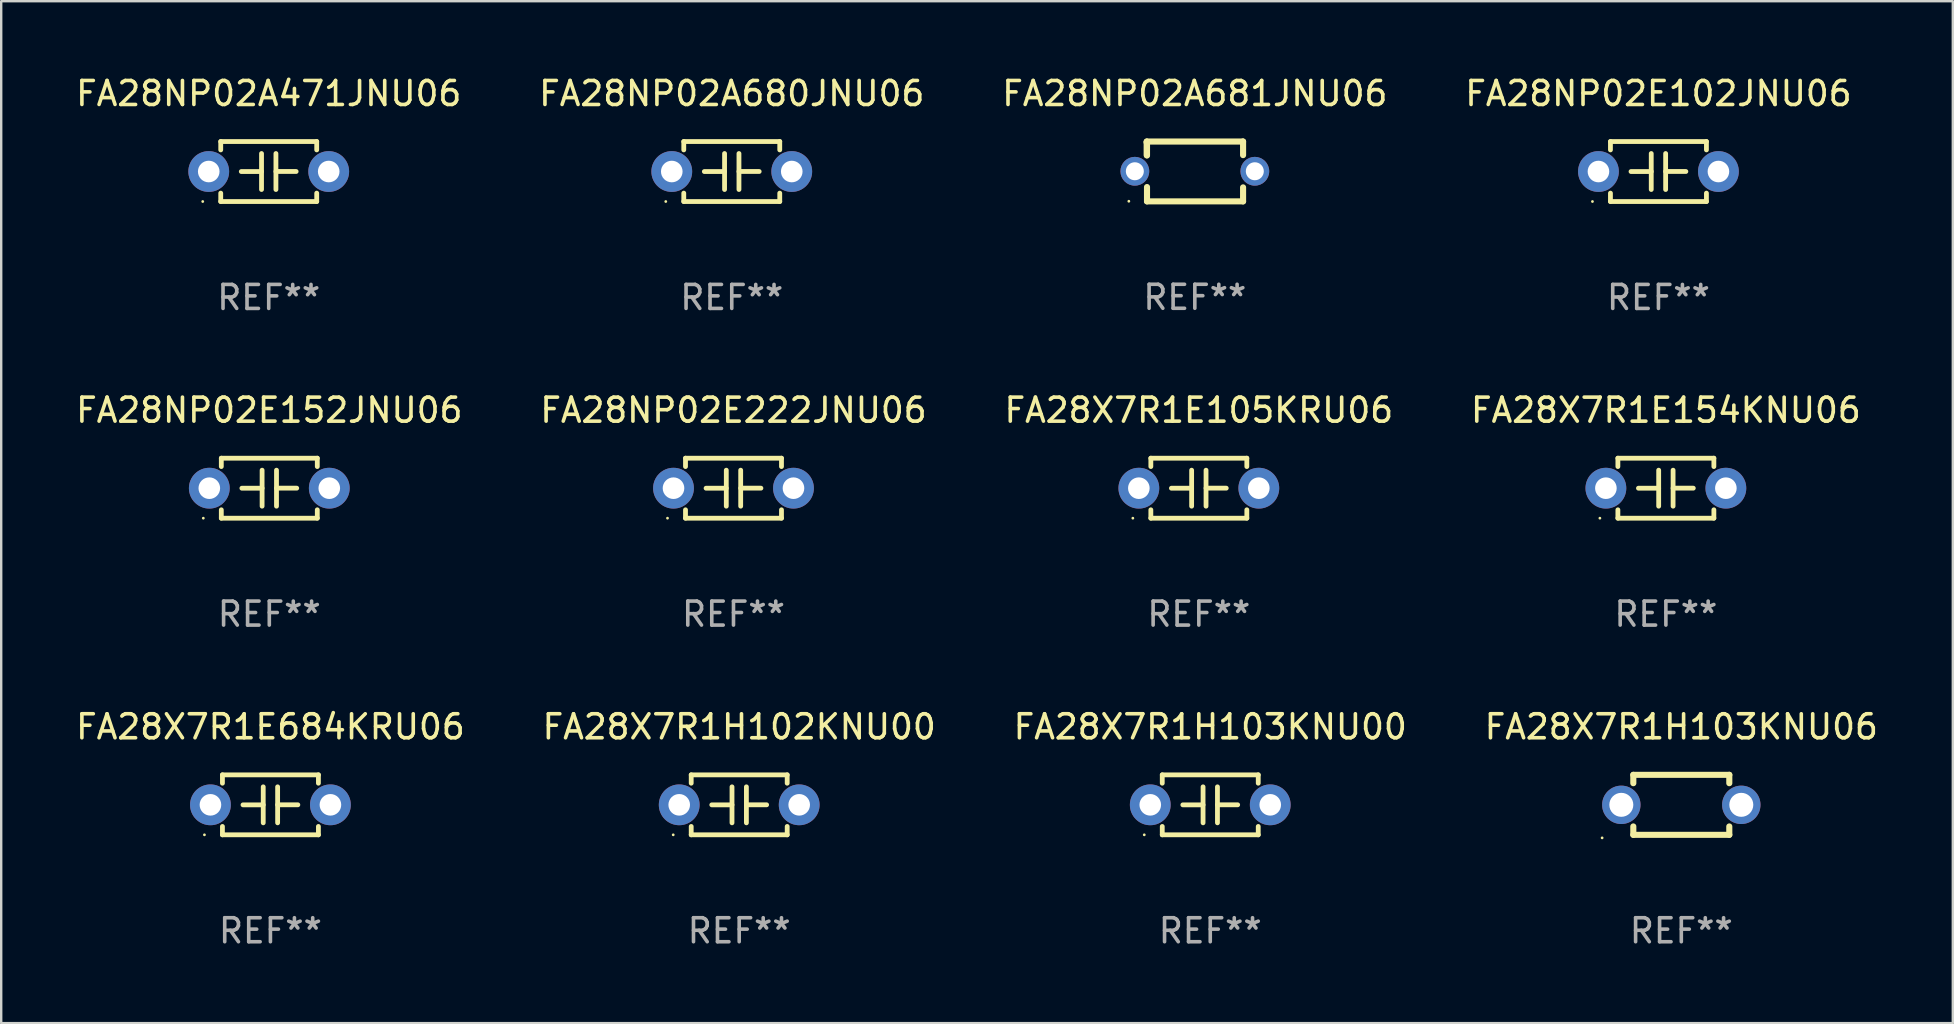
<source format=kicad_pcb>
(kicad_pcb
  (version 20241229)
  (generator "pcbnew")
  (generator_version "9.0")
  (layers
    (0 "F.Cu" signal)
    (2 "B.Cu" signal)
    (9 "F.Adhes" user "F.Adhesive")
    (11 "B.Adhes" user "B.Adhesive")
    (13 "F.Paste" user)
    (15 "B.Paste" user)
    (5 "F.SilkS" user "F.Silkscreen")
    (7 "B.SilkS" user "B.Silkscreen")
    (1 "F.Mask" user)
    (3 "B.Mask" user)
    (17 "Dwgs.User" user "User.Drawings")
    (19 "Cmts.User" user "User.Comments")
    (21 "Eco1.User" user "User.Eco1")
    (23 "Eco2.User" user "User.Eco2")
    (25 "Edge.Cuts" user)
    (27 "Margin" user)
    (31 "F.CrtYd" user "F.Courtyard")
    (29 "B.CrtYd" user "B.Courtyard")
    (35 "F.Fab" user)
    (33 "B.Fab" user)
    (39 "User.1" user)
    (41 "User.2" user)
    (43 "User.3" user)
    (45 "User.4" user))
  (footprint "FA28NP02E152JNU06"
    (layer "F.Cu")
    (at 8.173 17.295)
    (property "Reference" "FA28NP02E152JNU06" (at 0 -3.25 0) (layer "F.SilkS") (effects (font (size 1 1) (thickness 0.15))))
    (attr through_hole)
    (fp_line (start -2 -1.25) (end -2 -0.901) (stroke (width 0.2) (type solid)) (layer "F.SilkS"))
    (fp_line (start -2 -1.25) (end 2 -1.25) (stroke (width 0.2) (type solid)) (layer "F.SilkS"))
    (fp_line (start -2 0.901) (end -2 1.25) (stroke (width 0.2) (type solid)) (layer "F.SilkS"))
    (fp_line (start -0.3 -0.75) (end -0.3 0.75) (stroke (width 0.2) (type solid)) (layer "F.SilkS"))
    (fp_line (start -0.3 0.001) (end -1.143 0.001) (stroke (width 0.2) (type solid)) (layer "F.SilkS"))
    (fp_line (start 0.3 -0.001) (end 1.143 -0.001) (stroke (width 0.2) (type solid)) (layer "F.SilkS"))
    (fp_line (start 0.3 0.75) (end 0.3 -0.75) (stroke (width 0.2) (type solid)) (layer "F.SilkS"))
    (fp_line (start 2 -1.25) (end 2 -0.901) (stroke (width 0.2) (type solid)) (layer "F.SilkS"))
    (fp_line (start 2 0.901) (end 2 1.25) (stroke (width 0.2) (type solid)) (layer "F.SilkS"))
    (fp_line (start 2 1.25) (end -2 1.25) (stroke (width 0.2) (type solid)) (layer "F.SilkS"))
    (fp_circle (center -2.75 1.25) (end -2.72 1.25) (stroke (width 0.06) (type solid)) (fill no) (layer "F.SilkS"))
    (fp_text user "REF**" (at 0 5.25 0) (layer "F.Fab") (effects (font (size 1 1) (thickness 0.15))))
    (pad "1" thru_hole circle (at -2.5 0) (size 1.7 1.7) (drill 0.9) (layers "*.Cu" "*.Mask"))
    (pad "2" thru_hole circle (at 2.5 0) (size 1.7 1.7) (drill 0.9) (layers "*.Cu" "*.Mask")))
  (footprint "FA28X7R1E105KRU06"
    (layer "F.Cu")
    (at 46.911 17.295)
    (property "Reference" "FA28X7R1E105KRU06" (at 0 -3.25 0) (layer "F.SilkS") (effects (font (size 1 1) (thickness 0.15))))
    (attr through_hole)
    (fp_line (start -2 -1.25) (end -2 -0.901) (stroke (width 0.2) (type solid)) (layer "F.SilkS"))
    (fp_line (start -2 -1.25) (end 2 -1.25) (stroke (width 0.2) (type solid)) (layer "F.SilkS"))
    (fp_line (start -2 0.901) (end -2 1.25) (stroke (width 0.2) (type solid)) (layer "F.SilkS"))
    (fp_line (start -0.3 -0.75) (end -0.3 0.75) (stroke (width 0.2) (type solid)) (layer "F.SilkS"))
    (fp_line (start -0.3 0.001) (end -1.143 0.001) (stroke (width 0.2) (type solid)) (layer "F.SilkS"))
    (fp_line (start 0.3 -0.001) (end 1.143 -0.001) (stroke (width 0.2) (type solid)) (layer "F.SilkS"))
    (fp_line (start 0.3 0.75) (end 0.3 -0.75) (stroke (width 0.2) (type solid)) (layer "F.SilkS"))
    (fp_line (start 2 -1.25) (end 2 -0.901) (stroke (width 0.2) (type solid)) (layer "F.SilkS"))
    (fp_line (start 2 0.901) (end 2 1.25) (stroke (width 0.2) (type solid)) (layer "F.SilkS"))
    (fp_line (start 2 1.25) (end -2 1.25) (stroke (width 0.2) (type solid)) (layer "F.SilkS"))
    (fp_circle (center -2.75 1.25) (end -2.72 1.25) (stroke (width 0.06) (type solid)) (fill no) (layer "F.SilkS"))
    (fp_text user "REF**" (at 0 5.25 0) (layer "F.Fab") (effects (font (size 1 1) (thickness 0.15))))
    (pad "1" thru_hole circle (at -2.5 0) (size 1.7 1.7) (drill 0.9) (layers "*.Cu" "*.Mask"))
    (pad "2" thru_hole circle (at 2.5 0) (size 1.7 1.7) (drill 0.9) (layers "*.Cu" "*.Mask")))
  (footprint "FA28X7R1H103KNU00"
    (layer "F.Cu")
    (at 47.387 30.491)
    (property "Reference" "FA28X7R1H103KNU00" (at 0 -3.25 0) (layer "F.SilkS") (effects (font (size 1 1) (thickness 0.15))))
    (attr through_hole)
    (fp_line (start -2 -1.25) (end -2 -0.901) (stroke (width 0.2) (type solid)) (layer "F.SilkS"))
    (fp_line (start -2 -1.25) (end 2 -1.25) (stroke (width 0.2) (type solid)) (layer "F.SilkS"))
    (fp_line (start -2 0.901) (end -2 1.25) (stroke (width 0.2) (type solid)) (layer "F.SilkS"))
    (fp_line (start -0.3 -0.75) (end -0.3 0.75) (stroke (width 0.2) (type solid)) (layer "F.SilkS"))
    (fp_line (start -0.3 0.001) (end -1.143 0.001) (stroke (width 0.2) (type solid)) (layer "F.SilkS"))
    (fp_line (start 0.3 -0.001) (end 1.143 -0.001) (stroke (width 0.2) (type solid)) (layer "F.SilkS"))
    (fp_line (start 0.3 0.75) (end 0.3 -0.75) (stroke (width 0.2) (type solid)) (layer "F.SilkS"))
    (fp_line (start 2 -1.25) (end 2 -0.901) (stroke (width 0.2) (type solid)) (layer "F.SilkS"))
    (fp_line (start 2 0.901) (end 2 1.25) (stroke (width 0.2) (type solid)) (layer "F.SilkS"))
    (fp_line (start 2 1.25) (end -2 1.25) (stroke (width 0.2) (type solid)) (layer "F.SilkS"))
    (fp_circle (center -2.75 1.25) (end -2.72 1.25) (stroke (width 0.06) (type solid)) (fill no) (layer "F.SilkS"))
    (fp_text user "REF**" (at 0 5.25 0) (layer "F.Fab") (effects (font (size 1 1) (thickness 0.15))))
    (pad "1" thru_hole circle (at -2.5 0) (size 1.7 1.7) (drill 0.9) (layers "*.Cu" "*.Mask"))
    (pad "2" thru_hole circle (at 2.5 0) (size 1.7 1.7) (drill 0.9) (layers "*.Cu" "*.Mask")))
  (footprint "FA28NP02A681JNU06"
    (layer "F.Cu")
    (at 46.744 4.095)
    (property "Reference" "FA28NP02A681JNU06" (at 0 -3.247 0) (layer "F.SilkS") (effects (font (size 1 1) (thickness 0.15))))
    (attr through_hole)
    (fp_line (start -2.006 -1.24) (end -1.999 -1.247) (stroke (width 0.254) (type solid)) (layer "F.SilkS"))
    (fp_line (start -2.006 -0.676) (end -2.006 -1.24) (stroke (width 0.254) (type solid)) (layer "F.SilkS"))
    (fp_line (start -1.999 -1.247) (end 2.005 -1.247) (stroke (width 0.254) (type solid)) (layer "F.SilkS"))
    (fp_line (start -1.993 -1.186) (end -2.006 -1.2) (stroke (width 0.254) (type solid)) (layer "F.SilkS"))
    (fp_line (start -1.993 -0.665) (end -1.993 -1.186) (stroke (width 0.254) (type solid)) (layer "F.SilkS"))
    (fp_line (start -1.993 1.247) (end -1.993 0.65) (stroke (width 0.254) (type solid)) (layer "F.SilkS"))
    (fp_line (start 2.005 -1.247) (end 2.011 -1.24) (stroke (width 0.254) (type solid)) (layer "F.SilkS"))
    (fp_line (start 2.011 -1.24) (end 2.011 -0.68) (stroke (width 0.254) (type solid)) (layer "F.SilkS"))
    (fp_line (start 2.011 0.664) (end 2.011 1.247) (stroke (width 0.254) (type solid)) (layer "F.SilkS"))
    (fp_line (start 2.011 1.247) (end -1.993 1.247) (stroke (width 0.254) (type solid)) (layer "F.SilkS"))
    (fp_circle (center -2.75 1.242) (end -2.72 1.242) (stroke (width 0.06) (type solid)) (fill no) (layer "F.SilkS"))
    (fp_text user "REF**" (at 0 5.247 0) (layer "F.Fab") (effects (font (size 1 1) (thickness 0.15))))
    (pad "1" thru_hole circle (at -2.5 -0.008) (size 1.2 1.2) (drill 0.75) (layers "*.Cu" "*.Mask"))
    (pad "2" thru_hole circle (at 2.5 -0.008) (size 1.2 1.2) (drill 0.75) (layers "*.Cu" "*.Mask")))
  (footprint "FA28NP02E222JNU06"
    (layer "F.Cu")
    (at 27.518 17.295)
    (property "Reference" "FA28NP02E222JNU06" (at 0 -3.25 0) (layer "F.SilkS") (effects (font (size 1 1) (thickness 0.15))))
    (attr through_hole)
    (fp_line (start -2 -1.25) (end -2 -0.901) (stroke (width 0.2) (type solid)) (layer "F.SilkS"))
    (fp_line (start -2 -1.25) (end 2 -1.25) (stroke (width 0.2) (type solid)) (layer "F.SilkS"))
    (fp_line (start -2 0.901) (end -2 1.25) (stroke (width 0.2) (type solid)) (layer "F.SilkS"))
    (fp_line (start -0.3 -0.75) (end -0.3 0.75) (stroke (width 0.2) (type solid)) (layer "F.SilkS"))
    (fp_line (start -0.3 0.001) (end -1.143 0.001) (stroke (width 0.2) (type solid)) (layer "F.SilkS"))
    (fp_line (start 0.3 -0.001) (end 1.143 -0.001) (stroke (width 0.2) (type solid)) (layer "F.SilkS"))
    (fp_line (start 0.3 0.75) (end 0.3 -0.75) (stroke (width 0.2) (type solid)) (layer "F.SilkS"))
    (fp_line (start 2 -1.25) (end 2 -0.901) (stroke (width 0.2) (type solid)) (layer "F.SilkS"))
    (fp_line (start 2 0.901) (end 2 1.25) (stroke (width 0.2) (type solid)) (layer "F.SilkS"))
    (fp_line (start 2 1.25) (end -2 1.25) (stroke (width 0.2) (type solid)) (layer "F.SilkS"))
    (fp_circle (center -2.75 1.25) (end -2.72 1.25) (stroke (width 0.06) (type solid)) (fill no) (layer "F.SilkS"))
    (fp_text user "REF**" (at 0 5.25 0) (layer "F.Fab") (effects (font (size 1 1) (thickness 0.15))))
    (pad "1" thru_hole circle (at -2.5 0) (size 1.7 1.7) (drill 0.9) (layers "*.Cu" "*.Mask"))
    (pad "2" thru_hole circle (at 2.5 0) (size 1.7 1.7) (drill 0.9) (layers "*.Cu" "*.Mask")))
  (footprint "FA28X7R1E154KNU06"
    (layer "F.Cu")
    (at 66.375 17.295)
    (property "Reference" "FA28X7R1E154KNU06" (at 0 -3.25 0) (layer "F.SilkS") (effects (font (size 1 1) (thickness 0.15))))
    (attr through_hole)
    (fp_line (start -2 -1.25) (end -2 -0.901) (stroke (width 0.2) (type solid)) (layer "F.SilkS"))
    (fp_line (start -2 -1.25) (end 2 -1.25) (stroke (width 0.2) (type solid)) (layer "F.SilkS"))
    (fp_line (start -2 0.901) (end -2 1.25) (stroke (width 0.2) (type solid)) (layer "F.SilkS"))
    (fp_line (start -0.3 -0.75) (end -0.3 0.75) (stroke (width 0.2) (type solid)) (layer "F.SilkS"))
    (fp_line (start -0.3 0.001) (end -1.143 0.001) (stroke (width 0.2) (type solid)) (layer "F.SilkS"))
    (fp_line (start 0.3 -0.001) (end 1.143 -0.001) (stroke (width 0.2) (type solid)) (layer "F.SilkS"))
    (fp_line (start 0.3 0.75) (end 0.3 -0.75) (stroke (width 0.2) (type solid)) (layer "F.SilkS"))
    (fp_line (start 2 -1.25) (end 2 -0.901) (stroke (width 0.2) (type solid)) (layer "F.SilkS"))
    (fp_line (start 2 0.901) (end 2 1.25) (stroke (width 0.2) (type solid)) (layer "F.SilkS"))
    (fp_line (start 2 1.25) (end -2 1.25) (stroke (width 0.2) (type solid)) (layer "F.SilkS"))
    (fp_circle (center -2.75 1.25) (end -2.72 1.25) (stroke (width 0.06) (type solid)) (fill no) (layer "F.SilkS"))
    (fp_text user "REF**" (at 0 5.25 0) (layer "F.Fab") (effects (font (size 1 1) (thickness 0.15))))
    (pad "1" thru_hole circle (at -2.5 0) (size 1.7 1.7) (drill 0.9) (layers "*.Cu" "*.Mask"))
    (pad "2" thru_hole circle (at 2.5 0) (size 1.7 1.7) (drill 0.9) (layers "*.Cu" "*.Mask")))
  (footprint "FA28X7R1E684KRU06"
    (layer "F.Cu")
    (at 8.22 30.491)
    (property "Reference" "FA28X7R1E684KRU06" (at 0 -3.25 0) (layer "F.SilkS") (effects (font (size 1 1) (thickness 0.15))))
    (attr through_hole)
    (fp_line (start -2 -1.25) (end -2 -0.901) (stroke (width 0.2) (type solid)) (layer "F.SilkS"))
    (fp_line (start -2 -1.25) (end 2 -1.25) (stroke (width 0.2) (type solid)) (layer "F.SilkS"))
    (fp_line (start -2 0.901) (end -2 1.25) (stroke (width 0.2) (type solid)) (layer "F.SilkS"))
    (fp_line (start -0.3 -0.75) (end -0.3 0.75) (stroke (width 0.2) (type solid)) (layer "F.SilkS"))
    (fp_line (start -0.3 0.001) (end -1.143 0.001) (stroke (width 0.2) (type solid)) (layer "F.SilkS"))
    (fp_line (start 0.3 -0.001) (end 1.143 -0.001) (stroke (width 0.2) (type solid)) (layer "F.SilkS"))
    (fp_line (start 0.3 0.75) (end 0.3 -0.75) (stroke (width 0.2) (type solid)) (layer "F.SilkS"))
    (fp_line (start 2 -1.25) (end 2 -0.901) (stroke (width 0.2) (type solid)) (layer "F.SilkS"))
    (fp_line (start 2 0.901) (end 2 1.25) (stroke (width 0.2) (type solid)) (layer "F.SilkS"))
    (fp_line (start 2 1.25) (end -2 1.25) (stroke (width 0.2) (type solid)) (layer "F.SilkS"))
    (fp_circle (center -2.75 1.25) (end -2.72 1.25) (stroke (width 0.06) (type solid)) (fill no) (layer "F.SilkS"))
    (fp_text user "REF**" (at 0 5.25 0) (layer "F.Fab") (effects (font (size 1 1) (thickness 0.15))))
    (pad "1" thru_hole circle (at -2.5 0) (size 1.7 1.7) (drill 0.9) (layers "*.Cu" "*.Mask"))
    (pad "2" thru_hole circle (at 2.5 0) (size 1.7 1.7) (drill 0.9) (layers "*.Cu" "*.Mask")))
  (footprint "FA28X7R1H103KNU06"
    (layer "F.Cu")
    (at 67.018 30.491)
    (property "Reference" "FA28X7R1H103KNU06" (at 0 -3.25 0) (layer "F.SilkS") (effects (font (size 1 1) (thickness 0.15))))
    (attr through_hole)
    (fp_line (start -2 -1.25) (end -2 -0.901) (stroke (width 0.254) (type solid)) (layer "F.SilkS"))
    (fp_line (start -2 -1.25) (end 2 -1.25) (stroke (width 0.254) (type solid)) (layer "F.SilkS"))
    (fp_line (start -2 0.901) (end -2 1.25) (stroke (width 0.254) (type solid)) (layer "F.SilkS"))
    (fp_line (start 2 -1.25) (end 2 -0.901) (stroke (width 0.254) (type solid)) (layer "F.SilkS"))
    (fp_line (start 2 0.901) (end 2 1.25) (stroke (width 0.254) (type solid)) (layer "F.SilkS"))
    (fp_line (start 2 1.25) (end -2 1.25) (stroke (width 0.254) (type solid)) (layer "F.SilkS"))
    (fp_circle (center -3.3 1.377) (end -3.27 1.377) (stroke (width 0.06) (type solid)) (fill no) (layer "F.SilkS"))
    (fp_text user "REF**" (at 0 5.25 0) (layer "F.Fab") (effects (font (size 1 1) (thickness 0.15))))
    (pad "1" thru_hole circle (at -2.5 0) (size 1.6 1.6) (drill 1) (layers "*.Cu" "*.Mask"))
    (pad "2" thru_hole circle (at 2.5 0) (size 1.6 1.6) (drill 1) (layers "*.Cu" "*.Mask")))
  (footprint "FA28NP02A680JNU06"
    (layer "F.Cu")
    (at 27.446 4.098)
    (property "Reference" "FA28NP02A680JNU06" (at 0 -3.25 0) (layer "F.SilkS") (effects (font (size 1 1) (thickness 0.15))))
    (attr through_hole)
    (fp_line (start -2 -1.25) (end -2 -0.901) (stroke (width 0.2) (type solid)) (layer "F.SilkS"))
    (fp_line (start -2 -1.25) (end 2 -1.25) (stroke (width 0.2) (type solid)) (layer "F.SilkS"))
    (fp_line (start -2 0.901) (end -2 1.25) (stroke (width 0.2) (type solid)) (layer "F.SilkS"))
    (fp_line (start -0.3 -0.75) (end -0.3 0.75) (stroke (width 0.2) (type solid)) (layer "F.SilkS"))
    (fp_line (start -0.3 0.001) (end -1.143 0.001) (stroke (width 0.2) (type solid)) (layer "F.SilkS"))
    (fp_line (start 0.3 -0.001) (end 1.143 -0.001) (stroke (width 0.2) (type solid)) (layer "F.SilkS"))
    (fp_line (start 0.3 0.75) (end 0.3 -0.75) (stroke (width 0.2) (type solid)) (layer "F.SilkS"))
    (fp_line (start 2 -1.25) (end 2 -0.901) (stroke (width 0.2) (type solid)) (layer "F.SilkS"))
    (fp_line (start 2 0.901) (end 2 1.25) (stroke (width 0.2) (type solid)) (layer "F.SilkS"))
    (fp_line (start 2 1.25) (end -2 1.25) (stroke (width 0.2) (type solid)) (layer "F.SilkS"))
    (fp_circle (center -2.75 1.25) (end -2.72 1.25) (stroke (width 0.06) (type solid)) (fill no) (layer "F.SilkS"))
    (fp_text user "REF**" (at 0 5.25 0) (layer "F.Fab") (effects (font (size 1 1) (thickness 0.15))))
    (pad "1" thru_hole circle (at -2.5 0) (size 1.7 1.7) (drill 0.9) (layers "*.Cu" "*.Mask"))
    (pad "2" thru_hole circle (at 2.5 0) (size 1.7 1.7) (drill 0.9) (layers "*.Cu" "*.Mask")))
  (footprint "FA28NP02A471JNU06"
    (layer "F.Cu")
    (at 8.149 4.098)
    (property "Reference" "FA28NP02A471JNU06" (at 0 -3.25 0) (layer "F.SilkS") (effects (font (size 1 1) (thickness 0.15))))
    (attr through_hole)
    (fp_line (start -2 -1.25) (end -2 -0.901) (stroke (width 0.2) (type solid)) (layer "F.SilkS"))
    (fp_line (start -2 -1.25) (end 2 -1.25) (stroke (width 0.2) (type solid)) (layer "F.SilkS"))
    (fp_line (start -2 0.901) (end -2 1.25) (stroke (width 0.2) (type solid)) (layer "F.SilkS"))
    (fp_line (start -0.3 -0.75) (end -0.3 0.75) (stroke (width 0.2) (type solid)) (layer "F.SilkS"))
    (fp_line (start -0.3 0.001) (end -1.143 0.001) (stroke (width 0.2) (type solid)) (layer "F.SilkS"))
    (fp_line (start 0.3 -0.001) (end 1.143 -0.001) (stroke (width 0.2) (type solid)) (layer "F.SilkS"))
    (fp_line (start 0.3 0.75) (end 0.3 -0.75) (stroke (width 0.2) (type solid)) (layer "F.SilkS"))
    (fp_line (start 2 -1.25) (end 2 -0.901) (stroke (width 0.2) (type solid)) (layer "F.SilkS"))
    (fp_line (start 2 0.901) (end 2 1.25) (stroke (width 0.2) (type solid)) (layer "F.SilkS"))
    (fp_line (start 2 1.25) (end -2 1.25) (stroke (width 0.2) (type solid)) (layer "F.SilkS"))
    (fp_circle (center -2.75 1.25) (end -2.72 1.25) (stroke (width 0.06) (type solid)) (fill no) (layer "F.SilkS"))
    (fp_text user "REF**" (at 0 5.25 0) (layer "F.Fab") (effects (font (size 1 1) (thickness 0.15))))
    (pad "1" thru_hole circle (at -2.5 0) (size 1.7 1.7) (drill 0.9) (layers "*.Cu" "*.Mask"))
    (pad "2" thru_hole circle (at 2.5 0) (size 1.7 1.7) (drill 0.9) (layers "*.Cu" "*.Mask")))
  (footprint "FA28X7R1H102KNU00"
    (layer "F.Cu")
    (at 27.756 30.491)
    (property "Reference" "FA28X7R1H102KNU00" (at 0 -3.25 0) (layer "F.SilkS") (effects (font (size 1 1) (thickness 0.15))))
    (attr through_hole)
    (fp_line (start -2 -1.25) (end -2 -0.901) (stroke (width 0.2) (type solid)) (layer "F.SilkS"))
    (fp_line (start -2 -1.25) (end 2 -1.25) (stroke (width 0.2) (type solid)) (layer "F.SilkS"))
    (fp_line (start -2 0.901) (end -2 1.25) (stroke (width 0.2) (type solid)) (layer "F.SilkS"))
    (fp_line (start -0.3 -0.75) (end -0.3 0.75) (stroke (width 0.2) (type solid)) (layer "F.SilkS"))
    (fp_line (start -0.3 0.001) (end -1.143 0.001) (stroke (width 0.2) (type solid)) (layer "F.SilkS"))
    (fp_line (start 0.3 -0.001) (end 1.143 -0.001) (stroke (width 0.2) (type solid)) (layer "F.SilkS"))
    (fp_line (start 0.3 0.75) (end 0.3 -0.75) (stroke (width 0.2) (type solid)) (layer "F.SilkS"))
    (fp_line (start 2 -1.25) (end 2 -0.901) (stroke (width 0.2) (type solid)) (layer "F.SilkS"))
    (fp_line (start 2 0.901) (end 2 1.25) (stroke (width 0.2) (type solid)) (layer "F.SilkS"))
    (fp_line (start 2 1.25) (end -2 1.25) (stroke (width 0.2) (type solid)) (layer "F.SilkS"))
    (fp_circle (center -2.75 1.25) (end -2.72 1.25) (stroke (width 0.06) (type solid)) (fill no) (layer "F.SilkS"))
    (fp_text user "REF**" (at 0 5.25 0) (layer "F.Fab") (effects (font (size 1 1) (thickness 0.15))))
    (pad "1" thru_hole circle (at -2.5 0) (size 1.7 1.7) (drill 0.9) (layers "*.Cu" "*.Mask"))
    (pad "2" thru_hole circle (at 2.5 0) (size 1.7 1.7) (drill 0.9) (layers "*.Cu" "*.Mask")))
  (footprint "FA28NP02E102JNU06"
    (layer "F.Cu")
    (at 66.065 4.098)
    (property "Reference" "FA28NP02E102JNU06" (at 0 -3.25 0) (layer "F.SilkS") (effects (font (size 1 1) (thickness 0.15))))
    (attr through_hole)
    (fp_line (start -2 -1.25) (end -2 -0.901) (stroke (width 0.2) (type solid)) (layer "F.SilkS"))
    (fp_line (start -2 -1.25) (end 2 -1.25) (stroke (width 0.2) (type solid)) (layer "F.SilkS"))
    (fp_line (start -2 0.901) (end -2 1.25) (stroke (width 0.2) (type solid)) (layer "F.SilkS"))
    (fp_line (start -0.3 -0.75) (end -0.3 0.75) (stroke (width 0.2) (type solid)) (layer "F.SilkS"))
    (fp_line (start -0.3 0.001) (end -1.143 0.001) (stroke (width 0.2) (type solid)) (layer "F.SilkS"))
    (fp_line (start 0.3 -0.001) (end 1.143 -0.001) (stroke (width 0.2) (type solid)) (layer "F.SilkS"))
    (fp_line (start 0.3 0.75) (end 0.3 -0.75) (stroke (width 0.2) (type solid)) (layer "F.SilkS"))
    (fp_line (start 2 -1.25) (end 2 -0.901) (stroke (width 0.2) (type solid)) (layer "F.SilkS"))
    (fp_line (start 2 0.901) (end 2 1.25) (stroke (width 0.2) (type solid)) (layer "F.SilkS"))
    (fp_line (start 2 1.25) (end -2 1.25) (stroke (width 0.2) (type solid)) (layer "F.SilkS"))
    (fp_circle (center -2.75 1.25) (end -2.72 1.25) (stroke (width 0.06) (type solid)) (fill no) (layer "F.SilkS"))
    (fp_text user "REF**" (at 0 5.25 0) (layer "F.Fab") (effects (font (size 1 1) (thickness 0.15))))
    (pad "1" thru_hole circle (at -2.5 0) (size 1.7 1.7) (drill 0.9) (layers "*.Cu" "*.Mask"))
    (pad "2" thru_hole circle (at 2.5 0) (size 1.7 1.7) (drill 0.9) (layers "*.Cu" "*.Mask")))
  (gr_rect
    (start -3 -3)
    (end 78.333 39.59)
    (stroke (width 0.1) (type default))
    (fill no)
    (layer "Edge.Cuts")))
</source>
